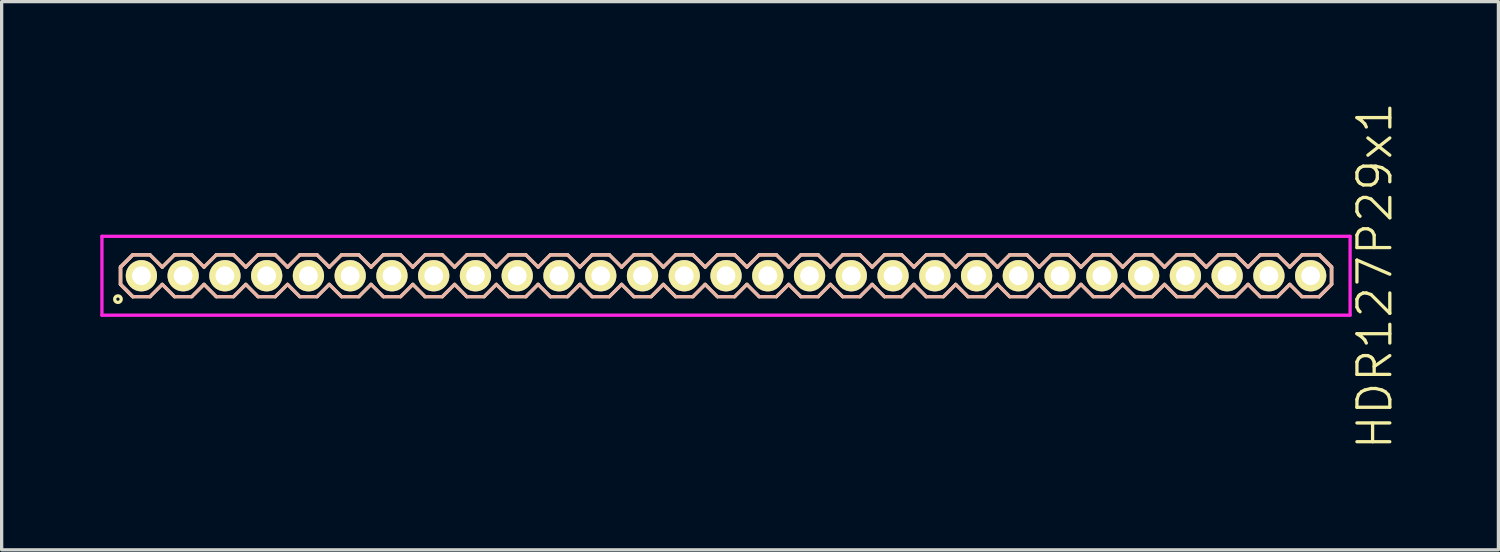
<source format=kicad_pcb>
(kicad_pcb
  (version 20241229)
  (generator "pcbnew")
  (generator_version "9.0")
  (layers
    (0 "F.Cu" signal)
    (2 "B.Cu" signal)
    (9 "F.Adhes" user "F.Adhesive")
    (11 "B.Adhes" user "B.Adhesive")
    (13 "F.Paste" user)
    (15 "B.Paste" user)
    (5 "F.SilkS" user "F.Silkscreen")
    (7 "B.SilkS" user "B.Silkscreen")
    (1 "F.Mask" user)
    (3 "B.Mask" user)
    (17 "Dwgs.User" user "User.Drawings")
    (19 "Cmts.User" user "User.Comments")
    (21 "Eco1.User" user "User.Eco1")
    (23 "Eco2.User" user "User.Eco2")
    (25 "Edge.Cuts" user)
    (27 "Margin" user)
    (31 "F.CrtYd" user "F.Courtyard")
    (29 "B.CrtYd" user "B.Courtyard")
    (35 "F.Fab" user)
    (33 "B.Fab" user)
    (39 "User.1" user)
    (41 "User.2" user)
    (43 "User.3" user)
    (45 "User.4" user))
  (footprint "HDR127P29x1"
    (layer "F.Cu")
    (at 19.03 5.336)
    (property "Reference" "HDR127P29x1" (at 19.73 0 90) (layer "F.SilkS") (effects (font (size 1 1) (thickness 0.1))))
    (attr through_hole)
    (fp_line (start -18.415 -0.263) (end -18.043 -0.635) (stroke (width 0.1) (type solid)) (layer "F.SilkS"))
    (fp_line (start -18.415 -0.263) (end -18.043 -0.635) (stroke (width 0.1) (type solid)) (layer "F.SilkS"))
    (fp_line (start -18.415 0.263) (end -18.415 -0.263) (stroke (width 0.1) (type solid)) (layer "F.SilkS"))
    (fp_line (start -18.415 0.263) (end -18.415 -0.263) (stroke (width 0.1) (type solid)) (layer "F.SilkS"))
    (fp_line (start -18.043 -0.635) (end -17.517 -0.635) (stroke (width 0.1) (type solid)) (layer "F.SilkS"))
    (fp_line (start -18.043 0.635) (end -18.415 0.263) (stroke (width 0.1) (type solid)) (layer "F.SilkS"))
    (fp_line (start -18.043 0.635) (end -18.415 0.263) (stroke (width 0.1) (type solid)) (layer "F.SilkS"))
    (fp_line (start -17.517 -0.635) (end -17.145 -0.263) (stroke (width 0.1) (type solid)) (layer "F.SilkS"))
    (fp_line (start -17.517 0.635) (end -18.043 0.635) (stroke (width 0.1) (type solid)) (layer "F.SilkS"))
    (fp_line (start -17.145 -0.263) (end -16.773 -0.635) (stroke (width 0.1) (type solid)) (layer "F.SilkS"))
    (fp_line (start -17.145 0.263) (end -17.517 0.635) (stroke (width 0.1) (type solid)) (layer "F.SilkS"))
    (fp_line (start -16.773 -0.635) (end -16.247 -0.635) (stroke (width 0.1) (type solid)) (layer "F.SilkS"))
    (fp_line (start -16.773 0.635) (end -17.145 0.263) (stroke (width 0.1) (type solid)) (layer "F.SilkS"))
    (fp_line (start -16.247 -0.635) (end -15.875 -0.263) (stroke (width 0.1) (type solid)) (layer "F.SilkS"))
    (fp_line (start -16.247 0.635) (end -16.773 0.635) (stroke (width 0.1) (type solid)) (layer "F.SilkS"))
    (fp_line (start -15.875 -0.263) (end -15.503 -0.635) (stroke (width 0.1) (type solid)) (layer "F.SilkS"))
    (fp_line (start -15.875 0.263) (end -16.247 0.635) (stroke (width 0.1) (type solid)) (layer "F.SilkS"))
    (fp_line (start -15.503 -0.635) (end -14.977 -0.635) (stroke (width 0.1) (type solid)) (layer "F.SilkS"))
    (fp_line (start -15.503 0.635) (end -15.875 0.263) (stroke (width 0.1) (type solid)) (layer "F.SilkS"))
    (fp_line (start -14.977 -0.635) (end -14.605 -0.263) (stroke (width 0.1) (type solid)) (layer "F.SilkS"))
    (fp_line (start -14.977 0.635) (end -15.503 0.635) (stroke (width 0.1) (type solid)) (layer "F.SilkS"))
    (fp_line (start -14.605 -0.263) (end -14.233 -0.635) (stroke (width 0.1) (type solid)) (layer "F.SilkS"))
    (fp_line (start -14.605 0.263) (end -14.977 0.635) (stroke (width 0.1) (type solid)) (layer "F.SilkS"))
    (fp_line (start -14.233 -0.635) (end -13.707 -0.635) (stroke (width 0.1) (type solid)) (layer "F.SilkS"))
    (fp_line (start -14.233 0.635) (end -14.605 0.263) (stroke (width 0.1) (type solid)) (layer "F.SilkS"))
    (fp_line (start -13.707 -0.635) (end -13.335 -0.263) (stroke (width 0.1) (type solid)) (layer "F.SilkS"))
    (fp_line (start -13.707 0.635) (end -14.233 0.635) (stroke (width 0.1) (type solid)) (layer "F.SilkS"))
    (fp_line (start -13.335 -0.263) (end -12.963 -0.635) (stroke (width 0.1) (type solid)) (layer "F.SilkS"))
    (fp_line (start -13.335 0.263) (end -13.707 0.635) (stroke (width 0.1) (type solid)) (layer "F.SilkS"))
    (fp_line (start -12.963 -0.635) (end -12.437 -0.635) (stroke (width 0.1) (type solid)) (layer "F.SilkS"))
    (fp_line (start -12.963 0.635) (end -13.335 0.263) (stroke (width 0.1) (type solid)) (layer "F.SilkS"))
    (fp_line (start -12.437 -0.635) (end -12.065 -0.263) (stroke (width 0.1) (type solid)) (layer "F.SilkS"))
    (fp_line (start -12.437 0.635) (end -12.963 0.635) (stroke (width 0.1) (type solid)) (layer "F.SilkS"))
    (fp_line (start -12.065 -0.263) (end -11.693 -0.635) (stroke (width 0.1) (type solid)) (layer "F.SilkS"))
    (fp_line (start -12.065 0.263) (end -12.437 0.635) (stroke (width 0.1) (type solid)) (layer "F.SilkS"))
    (fp_line (start -11.693 -0.635) (end -11.167 -0.635) (stroke (width 0.1) (type solid)) (layer "F.SilkS"))
    (fp_line (start -11.693 0.635) (end -12.065 0.263) (stroke (width 0.1) (type solid)) (layer "F.SilkS"))
    (fp_line (start -11.167 -0.635) (end -10.795 -0.263) (stroke (width 0.1) (type solid)) (layer "F.SilkS"))
    (fp_line (start -11.167 0.635) (end -11.693 0.635) (stroke (width 0.1) (type solid)) (layer "F.SilkS"))
    (fp_line (start -10.795 -0.263) (end -10.423 -0.635) (stroke (width 0.1) (type solid)) (layer "F.SilkS"))
    (fp_line (start -10.795 0.263) (end -11.167 0.635) (stroke (width 0.1) (type solid)) (layer "F.SilkS"))
    (fp_line (start -10.423 -0.635) (end -9.897 -0.635) (stroke (width 0.1) (type solid)) (layer "F.SilkS"))
    (fp_line (start -10.423 0.635) (end -10.795 0.263) (stroke (width 0.1) (type solid)) (layer "F.SilkS"))
    (fp_line (start -9.897 -0.635) (end -9.525 -0.263) (stroke (width 0.1) (type solid)) (layer "F.SilkS"))
    (fp_line (start -9.897 0.635) (end -10.423 0.635) (stroke (width 0.1) (type solid)) (layer "F.SilkS"))
    (fp_line (start -9.525 -0.263) (end -9.153 -0.635) (stroke (width 0.1) (type solid)) (layer "F.SilkS"))
    (fp_line (start -9.525 0.263) (end -9.897 0.635) (stroke (width 0.1) (type solid)) (layer "F.SilkS"))
    (fp_line (start -9.153 -0.635) (end -8.627 -0.635) (stroke (width 0.1) (type solid)) (layer "F.SilkS"))
    (fp_line (start -9.153 0.635) (end -9.525 0.263) (stroke (width 0.1) (type solid)) (layer "F.SilkS"))
    (fp_line (start -8.627 -0.635) (end -8.255 -0.263) (stroke (width 0.1) (type solid)) (layer "F.SilkS"))
    (fp_line (start -8.627 0.635) (end -9.153 0.635) (stroke (width 0.1) (type solid)) (layer "F.SilkS"))
    (fp_line (start -8.255 -0.263) (end -7.883 -0.635) (stroke (width 0.1) (type solid)) (layer "F.SilkS"))
    (fp_line (start -8.255 0.263) (end -8.627 0.635) (stroke (width 0.1) (type solid)) (layer "F.SilkS"))
    (fp_line (start -7.883 -0.635) (end -7.357 -0.635) (stroke (width 0.1) (type solid)) (layer "F.SilkS"))
    (fp_line (start -7.883 0.635) (end -8.255 0.263) (stroke (width 0.1) (type solid)) (layer "F.SilkS"))
    (fp_line (start -7.357 -0.635) (end -6.985 -0.263) (stroke (width 0.1) (type solid)) (layer "F.SilkS"))
    (fp_line (start -7.357 0.635) (end -7.883 0.635) (stroke (width 0.1) (type solid)) (layer "F.SilkS"))
    (fp_line (start -6.985 -0.263) (end -6.613 -0.635) (stroke (width 0.1) (type solid)) (layer "F.SilkS"))
    (fp_line (start -6.985 0.263) (end -7.357 0.635) (stroke (width 0.1) (type solid)) (layer "F.SilkS"))
    (fp_line (start -6.613 -0.635) (end -6.087 -0.635) (stroke (width 0.1) (type solid)) (layer "F.SilkS"))
    (fp_line (start -6.613 0.635) (end -6.985 0.263) (stroke (width 0.1) (type solid)) (layer "F.SilkS"))
    (fp_line (start -6.087 -0.635) (end -5.715 -0.263) (stroke (width 0.1) (type solid)) (layer "F.SilkS"))
    (fp_line (start -6.087 0.635) (end -6.613 0.635) (stroke (width 0.1) (type solid)) (layer "F.SilkS"))
    (fp_line (start -5.715 -0.263) (end -5.343 -0.635) (stroke (width 0.1) (type solid)) (layer "F.SilkS"))
    (fp_line (start -5.715 0.263) (end -6.087 0.635) (stroke (width 0.1) (type solid)) (layer "F.SilkS"))
    (fp_line (start -5.343 -0.635) (end -4.817 -0.635) (stroke (width 0.1) (type solid)) (layer "F.SilkS"))
    (fp_line (start -5.343 0.635) (end -5.715 0.263) (stroke (width 0.1) (type solid)) (layer "F.SilkS"))
    (fp_line (start -4.817 -0.635) (end -4.445 -0.263) (stroke (width 0.1) (type solid)) (layer "F.SilkS"))
    (fp_line (start -4.817 0.635) (end -5.343 0.635) (stroke (width 0.1) (type solid)) (layer "F.SilkS"))
    (fp_line (start -4.445 -0.263) (end -4.073 -0.635) (stroke (width 0.1) (type solid)) (layer "F.SilkS"))
    (fp_line (start -4.445 0.263) (end -4.817 0.635) (stroke (width 0.1) (type solid)) (layer "F.SilkS"))
    (fp_line (start -4.073 -0.635) (end -3.547 -0.635) (stroke (width 0.1) (type solid)) (layer "F.SilkS"))
    (fp_line (start -4.073 0.635) (end -4.445 0.263) (stroke (width 0.1) (type solid)) (layer "F.SilkS"))
    (fp_line (start -3.547 -0.635) (end -3.175 -0.263) (stroke (width 0.1) (type solid)) (layer "F.SilkS"))
    (fp_line (start -3.547 0.635) (end -4.073 0.635) (stroke (width 0.1) (type solid)) (layer "F.SilkS"))
    (fp_line (start -3.175 -0.263) (end -2.803 -0.635) (stroke (width 0.1) (type solid)) (layer "F.SilkS"))
    (fp_line (start -3.175 0.263) (end -3.547 0.635) (stroke (width 0.1) (type solid)) (layer "F.SilkS"))
    (fp_line (start -2.803 -0.635) (end -2.277 -0.635) (stroke (width 0.1) (type solid)) (layer "F.SilkS"))
    (fp_line (start -2.803 0.635) (end -3.175 0.263) (stroke (width 0.1) (type solid)) (layer "F.SilkS"))
    (fp_line (start -2.277 -0.635) (end -1.905 -0.263) (stroke (width 0.1) (type solid)) (layer "F.SilkS"))
    (fp_line (start -2.277 0.635) (end -2.803 0.635) (stroke (width 0.1) (type solid)) (layer "F.SilkS"))
    (fp_line (start -1.905 -0.263) (end -1.533 -0.635) (stroke (width 0.1) (type solid)) (layer "F.SilkS"))
    (fp_line (start -1.905 0.263) (end -2.277 0.635) (stroke (width 0.1) (type solid)) (layer "F.SilkS"))
    (fp_line (start -1.533 -0.635) (end -1.007 -0.635) (stroke (width 0.1) (type solid)) (layer "F.SilkS"))
    (fp_line (start -1.533 0.635) (end -1.905 0.263) (stroke (width 0.1) (type solid)) (layer "F.SilkS"))
    (fp_line (start -1.007 -0.635) (end -0.635 -0.263) (stroke (width 0.1) (type solid)) (layer "F.SilkS"))
    (fp_line (start -1.007 0.635) (end -1.533 0.635) (stroke (width 0.1) (type solid)) (layer "F.SilkS"))
    (fp_line (start -0.635 -0.263) (end -0.263 -0.635) (stroke (width 0.1) (type solid)) (layer "F.SilkS"))
    (fp_line (start -0.635 0.263) (end -1.007 0.635) (stroke (width 0.1) (type solid)) (layer "F.SilkS"))
    (fp_line (start -0.263 -0.635) (end 0.263 -0.635) (stroke (width 0.1) (type solid)) (layer "F.SilkS"))
    (fp_line (start -0.263 0.635) (end -0.635 0.263) (stroke (width 0.1) (type solid)) (layer "F.SilkS"))
    (fp_line (start 0.263 -0.635) (end 0.635 -0.263) (stroke (width 0.1) (type solid)) (layer "F.SilkS"))
    (fp_line (start 0.263 0.635) (end -0.263 0.635) (stroke (width 0.1) (type solid)) (layer "F.SilkS"))
    (fp_line (start 0.635 -0.263) (end 1.007 -0.635) (stroke (width 0.1) (type solid)) (layer "F.SilkS"))
    (fp_line (start 0.635 0.263) (end 0.263 0.635) (stroke (width 0.1) (type solid)) (layer "F.SilkS"))
    (fp_line (start 1.007 -0.635) (end 1.533 -0.635) (stroke (width 0.1) (type solid)) (layer "F.SilkS"))
    (fp_line (start 1.007 0.635) (end 0.635 0.263) (stroke (width 0.1) (type solid)) (layer "F.SilkS"))
    (fp_line (start 1.533 -0.635) (end 1.905 -0.263) (stroke (width 0.1) (type solid)) (layer "F.SilkS"))
    (fp_line (start 1.533 0.635) (end 1.007 0.635) (stroke (width 0.1) (type solid)) (layer "F.SilkS"))
    (fp_line (start 1.905 -0.263) (end 2.277 -0.635) (stroke (width 0.1) (type solid)) (layer "F.SilkS"))
    (fp_line (start 1.905 0.263) (end 1.533 0.635) (stroke (width 0.1) (type solid)) (layer "F.SilkS"))
    (fp_line (start 2.277 -0.635) (end 2.803 -0.635) (stroke (width 0.1) (type solid)) (layer "F.SilkS"))
    (fp_line (start 2.277 0.635) (end 1.905 0.263) (stroke (width 0.1) (type solid)) (layer "F.SilkS"))
    (fp_line (start 2.803 -0.635) (end 3.175 -0.263) (stroke (width 0.1) (type solid)) (layer "F.SilkS"))
    (fp_line (start 2.803 0.635) (end 2.277 0.635) (stroke (width 0.1) (type solid)) (layer "F.SilkS"))
    (fp_line (start 3.175 -0.263) (end 3.547 -0.635) (stroke (width 0.1) (type solid)) (layer "F.SilkS"))
    (fp_line (start 3.175 0.263) (end 2.803 0.635) (stroke (width 0.1) (type solid)) (layer "F.SilkS"))
    (fp_line (start 3.547 -0.635) (end 4.073 -0.635) (stroke (width 0.1) (type solid)) (layer "F.SilkS"))
    (fp_line (start 3.547 0.635) (end 3.175 0.263) (stroke (width 0.1) (type solid)) (layer "F.SilkS"))
    (fp_line (start 4.073 -0.635) (end 4.445 -0.263) (stroke (width 0.1) (type solid)) (layer "F.SilkS"))
    (fp_line (start 4.073 0.635) (end 3.547 0.635) (stroke (width 0.1) (type solid)) (layer "F.SilkS"))
    (fp_line (start 4.445 -0.263) (end 4.817 -0.635) (stroke (width 0.1) (type solid)) (layer "F.SilkS"))
    (fp_line (start 4.445 0.263) (end 4.073 0.635) (stroke (width 0.1) (type solid)) (layer "F.SilkS"))
    (fp_line (start 4.817 -0.635) (end 5.343 -0.635) (stroke (width 0.1) (type solid)) (layer "F.SilkS"))
    (fp_line (start 4.817 0.635) (end 4.445 0.263) (stroke (width 0.1) (type solid)) (layer "F.SilkS"))
    (fp_line (start 5.343 -0.635) (end 5.715 -0.263) (stroke (width 0.1) (type solid)) (layer "F.SilkS"))
    (fp_line (start 5.343 0.635) (end 4.817 0.635) (stroke (width 0.1) (type solid)) (layer "F.SilkS"))
    (fp_line (start 5.715 -0.263) (end 6.087 -0.635) (stroke (width 0.1) (type solid)) (layer "F.SilkS"))
    (fp_line (start 5.715 0.263) (end 5.343 0.635) (stroke (width 0.1) (type solid)) (layer "F.SilkS"))
    (fp_line (start 6.087 -0.635) (end 6.613 -0.635) (stroke (width 0.1) (type solid)) (layer "F.SilkS"))
    (fp_line (start 6.087 0.635) (end 5.715 0.263) (stroke (width 0.1) (type solid)) (layer "F.SilkS"))
    (fp_line (start 6.613 -0.635) (end 6.985 -0.263) (stroke (width 0.1) (type solid)) (layer "F.SilkS"))
    (fp_line (start 6.613 0.635) (end 6.087 0.635) (stroke (width 0.1) (type solid)) (layer "F.SilkS"))
    (fp_line (start 6.985 -0.263) (end 7.357 -0.635) (stroke (width 0.1) (type solid)) (layer "F.SilkS"))
    (fp_line (start 6.985 0.263) (end 6.613 0.635) (stroke (width 0.1) (type solid)) (layer "F.SilkS"))
    (fp_line (start 7.357 -0.635) (end 7.883 -0.635) (stroke (width 0.1) (type solid)) (layer "F.SilkS"))
    (fp_line (start 7.357 0.635) (end 6.985 0.263) (stroke (width 0.1) (type solid)) (layer "F.SilkS"))
    (fp_line (start 7.883 -0.635) (end 8.255 -0.263) (stroke (width 0.1) (type solid)) (layer "F.SilkS"))
    (fp_line (start 7.883 0.635) (end 7.357 0.635) (stroke (width 0.1) (type solid)) (layer "F.SilkS"))
    (fp_line (start 8.255 -0.263) (end 8.627 -0.635) (stroke (width 0.1) (type solid)) (layer "F.SilkS"))
    (fp_line (start 8.255 0.263) (end 7.883 0.635) (stroke (width 0.1) (type solid)) (layer "F.SilkS"))
    (fp_line (start 8.627 -0.635) (end 9.153 -0.635) (stroke (width 0.1) (type solid)) (layer "F.SilkS"))
    (fp_line (start 8.627 0.635) (end 8.255 0.263) (stroke (width 0.1) (type solid)) (layer "F.SilkS"))
    (fp_line (start 9.153 -0.635) (end 9.525 -0.263) (stroke (width 0.1) (type solid)) (layer "F.SilkS"))
    (fp_line (start 9.153 0.635) (end 8.627 0.635) (stroke (width 0.1) (type solid)) (layer "F.SilkS"))
    (fp_line (start 9.525 -0.263) (end 9.897 -0.635) (stroke (width 0.1) (type solid)) (layer "F.SilkS"))
    (fp_line (start 9.525 0.263) (end 9.153 0.635) (stroke (width 0.1) (type solid)) (layer "F.SilkS"))
    (fp_line (start 9.897 -0.635) (end 10.423 -0.635) (stroke (width 0.1) (type solid)) (layer "F.SilkS"))
    (fp_line (start 9.897 0.635) (end 9.525 0.263) (stroke (width 0.1) (type solid)) (layer "F.SilkS"))
    (fp_line (start 10.423 -0.635) (end 10.795 -0.263) (stroke (width 0.1) (type solid)) (layer "F.SilkS"))
    (fp_line (start 10.423 0.635) (end 9.897 0.635) (stroke (width 0.1) (type solid)) (layer "F.SilkS"))
    (fp_line (start 10.795 -0.263) (end 11.167 -0.635) (stroke (width 0.1) (type solid)) (layer "F.SilkS"))
    (fp_line (start 10.795 0.263) (end 10.423 0.635) (stroke (width 0.1) (type solid)) (layer "F.SilkS"))
    (fp_line (start 11.167 -0.635) (end 11.693 -0.635) (stroke (width 0.1) (type solid)) (layer "F.SilkS"))
    (fp_line (start 11.167 0.635) (end 10.795 0.263) (stroke (width 0.1) (type solid)) (layer "F.SilkS"))
    (fp_line (start 11.693 -0.635) (end 12.065 -0.263) (stroke (width 0.1) (type solid)) (layer "F.SilkS"))
    (fp_line (start 11.693 0.635) (end 11.167 0.635) (stroke (width 0.1) (type solid)) (layer "F.SilkS"))
    (fp_line (start 12.065 -0.263) (end 12.437 -0.635) (stroke (width 0.1) (type solid)) (layer "F.SilkS"))
    (fp_line (start 12.065 0.263) (end 11.693 0.635) (stroke (width 0.1) (type solid)) (layer "F.SilkS"))
    (fp_line (start 12.437 -0.635) (end 12.963 -0.635) (stroke (width 0.1) (type solid)) (layer "F.SilkS"))
    (fp_line (start 12.437 0.635) (end 12.065 0.263) (stroke (width 0.1) (type solid)) (layer "F.SilkS"))
    (fp_line (start 12.963 -0.635) (end 13.335 -0.263) (stroke (width 0.1) (type solid)) (layer "F.SilkS"))
    (fp_line (start 12.963 0.635) (end 12.437 0.635) (stroke (width 0.1) (type solid)) (layer "F.SilkS"))
    (fp_line (start 13.335 -0.263) (end 13.707 -0.635) (stroke (width 0.1) (type solid)) (layer "F.SilkS"))
    (fp_line (start 13.335 0.263) (end 12.963 0.635) (stroke (width 0.1) (type solid)) (layer "F.SilkS"))
    (fp_line (start 13.707 -0.635) (end 14.233 -0.635) (stroke (width 0.1) (type solid)) (layer "F.SilkS"))
    (fp_line (start 13.707 0.635) (end 13.335 0.263) (stroke (width 0.1) (type solid)) (layer "F.SilkS"))
    (fp_line (start 14.233 -0.635) (end 14.605 -0.263) (stroke (width 0.1) (type solid)) (layer "F.SilkS"))
    (fp_line (start 14.233 0.635) (end 13.707 0.635) (stroke (width 0.1) (type solid)) (layer "F.SilkS"))
    (fp_line (start 14.605 -0.263) (end 14.977 -0.635) (stroke (width 0.1) (type solid)) (layer "F.SilkS"))
    (fp_line (start 14.605 0.263) (end 14.233 0.635) (stroke (width 0.1) (type solid)) (layer "F.SilkS"))
    (fp_line (start 14.977 -0.635) (end 15.503 -0.635) (stroke (width 0.1) (type solid)) (layer "F.SilkS"))
    (fp_line (start 14.977 0.635) (end 14.605 0.263) (stroke (width 0.1) (type solid)) (layer "F.SilkS"))
    (fp_line (start 15.503 -0.635) (end 15.875 -0.263) (stroke (width 0.1) (type solid)) (layer "F.SilkS"))
    (fp_line (start 15.503 0.635) (end 14.977 0.635) (stroke (width 0.1) (type solid)) (layer "F.SilkS"))
    (fp_line (start 15.875 -0.263) (end 16.247 -0.635) (stroke (width 0.1) (type solid)) (layer "F.SilkS"))
    (fp_line (start 15.875 0.263) (end 15.503 0.635) (stroke (width 0.1) (type solid)) (layer "F.SilkS"))
    (fp_line (start 16.247 -0.635) (end 16.773 -0.635) (stroke (width 0.1) (type solid)) (layer "F.SilkS"))
    (fp_line (start 16.247 0.635) (end 15.875 0.263) (stroke (width 0.1) (type solid)) (layer "F.SilkS"))
    (fp_line (start 16.773 -0.635) (end 17.145 -0.263) (stroke (width 0.1) (type solid)) (layer "F.SilkS"))
    (fp_line (start 16.773 0.635) (end 16.247 0.635) (stroke (width 0.1) (type solid)) (layer "F.SilkS"))
    (fp_line (start 17.145 -0.263) (end 17.517 -0.635) (stroke (width 0.1) (type solid)) (layer "F.SilkS"))
    (fp_line (start 17.145 0.263) (end 16.773 0.635) (stroke (width 0.1) (type solid)) (layer "F.SilkS"))
    (fp_line (start 17.517 -0.635) (end 18.043 -0.635) (stroke (width 0.1) (type solid)) (layer "F.SilkS"))
    (fp_line (start 17.517 0.635) (end 17.145 0.263) (stroke (width 0.1) (type solid)) (layer "F.SilkS"))
    (fp_line (start 18.043 -0.635) (end 18.415 -0.263) (stroke (width 0.1) (type solid)) (layer "F.SilkS"))
    (fp_line (start 18.043 -0.635) (end 18.415 -0.263) (stroke (width 0.1) (type solid)) (layer "F.SilkS"))
    (fp_line (start 18.043 0.635) (end 17.517 0.635) (stroke (width 0.1) (type solid)) (layer "F.SilkS"))
    (fp_line (start 18.415 -0.263) (end 18.415 0.263) (stroke (width 0.1) (type solid)) (layer "F.SilkS"))
    (fp_line (start 18.415 -0.263) (end 18.415 0.263) (stroke (width 0.1) (type solid)) (layer "F.SilkS"))
    (fp_line (start 18.415 0.263) (end 18.043 0.635) (stroke (width 0.1) (type solid)) (layer "F.SilkS"))
    (fp_line (start 18.415 0.263) (end 18.043 0.635) (stroke (width 0.1) (type solid)) (layer "F.SilkS"))
    (fp_circle (center -18.493 0.712) (end -18.393 0.712) (stroke (width 0.1) (type solid)) (fill no) (layer "F.SilkS"))
    (fp_line (start -18.415 -0.263) (end -18.043 -0.635) (stroke (width 0.1) (type solid)) (layer "B.SilkS"))
    (fp_line (start -18.415 -0.263) (end -18.043 -0.635) (stroke (width 0.1) (type solid)) (layer "B.SilkS"))
    (fp_line (start -18.415 0.263) (end -18.415 -0.263) (stroke (width 0.1) (type solid)) (layer "B.SilkS"))
    (fp_line (start -18.415 0.263) (end -18.415 -0.263) (stroke (width 0.1) (type solid)) (layer "B.SilkS"))
    (fp_line (start -18.043 -0.635) (end -17.517 -0.635) (stroke (width 0.1) (type solid)) (layer "B.SilkS"))
    (fp_line (start -18.043 0.635) (end -18.415 0.263) (stroke (width 0.1) (type solid)) (layer "B.SilkS"))
    (fp_line (start -18.043 0.635) (end -18.415 0.263) (stroke (width 0.1) (type solid)) (layer "B.SilkS"))
    (fp_line (start -17.517 -0.635) (end -17.145 -0.263) (stroke (width 0.1) (type solid)) (layer "B.SilkS"))
    (fp_line (start -17.517 0.635) (end -18.043 0.635) (stroke (width 0.1) (type solid)) (layer "B.SilkS"))
    (fp_line (start -17.145 -0.263) (end -16.773 -0.635) (stroke (width 0.1) (type solid)) (layer "B.SilkS"))
    (fp_line (start -17.145 0.263) (end -17.517 0.635) (stroke (width 0.1) (type solid)) (layer "B.SilkS"))
    (fp_line (start -16.773 -0.635) (end -16.247 -0.635) (stroke (width 0.1) (type solid)) (layer "B.SilkS"))
    (fp_line (start -16.773 0.635) (end -17.145 0.263) (stroke (width 0.1) (type solid)) (layer "B.SilkS"))
    (fp_line (start -16.247 -0.635) (end -15.875 -0.263) (stroke (width 0.1) (type solid)) (layer "B.SilkS"))
    (fp_line (start -16.247 0.635) (end -16.773 0.635) (stroke (width 0.1) (type solid)) (layer "B.SilkS"))
    (fp_line (start -15.875 -0.263) (end -15.503 -0.635) (stroke (width 0.1) (type solid)) (layer "B.SilkS"))
    (fp_line (start -15.875 0.263) (end -16.247 0.635) (stroke (width 0.1) (type solid)) (layer "B.SilkS"))
    (fp_line (start -15.503 -0.635) (end -14.977 -0.635) (stroke (width 0.1) (type solid)) (layer "B.SilkS"))
    (fp_line (start -15.503 0.635) (end -15.875 0.263) (stroke (width 0.1) (type solid)) (layer "B.SilkS"))
    (fp_line (start -14.977 -0.635) (end -14.605 -0.263) (stroke (width 0.1) (type solid)) (layer "B.SilkS"))
    (fp_line (start -14.977 0.635) (end -15.503 0.635) (stroke (width 0.1) (type solid)) (layer "B.SilkS"))
    (fp_line (start -14.605 -0.263) (end -14.233 -0.635) (stroke (width 0.1) (type solid)) (layer "B.SilkS"))
    (fp_line (start -14.605 0.263) (end -14.977 0.635) (stroke (width 0.1) (type solid)) (layer "B.SilkS"))
    (fp_line (start -14.233 -0.635) (end -13.707 -0.635) (stroke (width 0.1) (type solid)) (layer "B.SilkS"))
    (fp_line (start -14.233 0.635) (end -14.605 0.263) (stroke (width 0.1) (type solid)) (layer "B.SilkS"))
    (fp_line (start -13.707 -0.635) (end -13.335 -0.263) (stroke (width 0.1) (type solid)) (layer "B.SilkS"))
    (fp_line (start -13.707 0.635) (end -14.233 0.635) (stroke (width 0.1) (type solid)) (layer "B.SilkS"))
    (fp_line (start -13.335 -0.263) (end -12.963 -0.635) (stroke (width 0.1) (type solid)) (layer "B.SilkS"))
    (fp_line (start -13.335 0.263) (end -13.707 0.635) (stroke (width 0.1) (type solid)) (layer "B.SilkS"))
    (fp_line (start -12.963 -0.635) (end -12.437 -0.635) (stroke (width 0.1) (type solid)) (layer "B.SilkS"))
    (fp_line (start -12.963 0.635) (end -13.335 0.263) (stroke (width 0.1) (type solid)) (layer "B.SilkS"))
    (fp_line (start -12.437 -0.635) (end -12.065 -0.263) (stroke (width 0.1) (type solid)) (layer "B.SilkS"))
    (fp_line (start -12.437 0.635) (end -12.963 0.635) (stroke (width 0.1) (type solid)) (layer "B.SilkS"))
    (fp_line (start -12.065 -0.263) (end -11.693 -0.635) (stroke (width 0.1) (type solid)) (layer "B.SilkS"))
    (fp_line (start -12.065 0.263) (end -12.437 0.635) (stroke (width 0.1) (type solid)) (layer "B.SilkS"))
    (fp_line (start -11.693 -0.635) (end -11.167 -0.635) (stroke (width 0.1) (type solid)) (layer "B.SilkS"))
    (fp_line (start -11.693 0.635) (end -12.065 0.263) (stroke (width 0.1) (type solid)) (layer "B.SilkS"))
    (fp_line (start -11.167 -0.635) (end -10.795 -0.263) (stroke (width 0.1) (type solid)) (layer "B.SilkS"))
    (fp_line (start -11.167 0.635) (end -11.693 0.635) (stroke (width 0.1) (type solid)) (layer "B.SilkS"))
    (fp_line (start -10.795 -0.263) (end -10.423 -0.635) (stroke (width 0.1) (type solid)) (layer "B.SilkS"))
    (fp_line (start -10.795 0.263) (end -11.167 0.635) (stroke (width 0.1) (type solid)) (layer "B.SilkS"))
    (fp_line (start -10.423 -0.635) (end -9.897 -0.635) (stroke (width 0.1) (type solid)) (layer "B.SilkS"))
    (fp_line (start -10.423 0.635) (end -10.795 0.263) (stroke (width 0.1) (type solid)) (layer "B.SilkS"))
    (fp_line (start -9.897 -0.635) (end -9.525 -0.263) (stroke (width 0.1) (type solid)) (layer "B.SilkS"))
    (fp_line (start -9.897 0.635) (end -10.423 0.635) (stroke (width 0.1) (type solid)) (layer "B.SilkS"))
    (fp_line (start -9.525 -0.263) (end -9.153 -0.635) (stroke (width 0.1) (type solid)) (layer "B.SilkS"))
    (fp_line (start -9.525 0.263) (end -9.897 0.635) (stroke (width 0.1) (type solid)) (layer "B.SilkS"))
    (fp_line (start -9.153 -0.635) (end -8.627 -0.635) (stroke (width 0.1) (type solid)) (layer "B.SilkS"))
    (fp_line (start -9.153 0.635) (end -9.525 0.263) (stroke (width 0.1) (type solid)) (layer "B.SilkS"))
    (fp_line (start -8.627 -0.635) (end -8.255 -0.263) (stroke (width 0.1) (type solid)) (layer "B.SilkS"))
    (fp_line (start -8.627 0.635) (end -9.153 0.635) (stroke (width 0.1) (type solid)) (layer "B.SilkS"))
    (fp_line (start -8.255 -0.263) (end -7.883 -0.635) (stroke (width 0.1) (type solid)) (layer "B.SilkS"))
    (fp_line (start -8.255 0.263) (end -8.627 0.635) (stroke (width 0.1) (type solid)) (layer "B.SilkS"))
    (fp_line (start -7.883 -0.635) (end -7.357 -0.635) (stroke (width 0.1) (type solid)) (layer "B.SilkS"))
    (fp_line (start -7.883 0.635) (end -8.255 0.263) (stroke (width 0.1) (type solid)) (layer "B.SilkS"))
    (fp_line (start -7.357 -0.635) (end -6.985 -0.263) (stroke (width 0.1) (type solid)) (layer "B.SilkS"))
    (fp_line (start -7.357 0.635) (end -7.883 0.635) (stroke (width 0.1) (type solid)) (layer "B.SilkS"))
    (fp_line (start -6.985 -0.263) (end -6.613 -0.635) (stroke (width 0.1) (type solid)) (layer "B.SilkS"))
    (fp_line (start -6.985 0.263) (end -7.357 0.635) (stroke (width 0.1) (type solid)) (layer "B.SilkS"))
    (fp_line (start -6.613 -0.635) (end -6.087 -0.635) (stroke (width 0.1) (type solid)) (layer "B.SilkS"))
    (fp_line (start -6.613 0.635) (end -6.985 0.263) (stroke (width 0.1) (type solid)) (layer "B.SilkS"))
    (fp_line (start -6.087 -0.635) (end -5.715 -0.263) (stroke (width 0.1) (type solid)) (layer "B.SilkS"))
    (fp_line (start -6.087 0.635) (end -6.613 0.635) (stroke (width 0.1) (type solid)) (layer "B.SilkS"))
    (fp_line (start -5.715 -0.263) (end -5.343 -0.635) (stroke (width 0.1) (type solid)) (layer "B.SilkS"))
    (fp_line (start -5.715 0.263) (end -6.087 0.635) (stroke (width 0.1) (type solid)) (layer "B.SilkS"))
    (fp_line (start -5.343 -0.635) (end -4.817 -0.635) (stroke (width 0.1) (type solid)) (layer "B.SilkS"))
    (fp_line (start -5.343 0.635) (end -5.715 0.263) (stroke (width 0.1) (type solid)) (layer "B.SilkS"))
    (fp_line (start -4.817 -0.635) (end -4.445 -0.263) (stroke (width 0.1) (type solid)) (layer "B.SilkS"))
    (fp_line (start -4.817 0.635) (end -5.343 0.635) (stroke (width 0.1) (type solid)) (layer "B.SilkS"))
    (fp_line (start -4.445 -0.263) (end -4.073 -0.635) (stroke (width 0.1) (type solid)) (layer "B.SilkS"))
    (fp_line (start -4.445 0.263) (end -4.817 0.635) (stroke (width 0.1) (type solid)) (layer "B.SilkS"))
    (fp_line (start -4.073 -0.635) (end -3.547 -0.635) (stroke (width 0.1) (type solid)) (layer "B.SilkS"))
    (fp_line (start -4.073 0.635) (end -4.445 0.263) (stroke (width 0.1) (type solid)) (layer "B.SilkS"))
    (fp_line (start -3.547 -0.635) (end -3.175 -0.263) (stroke (width 0.1) (type solid)) (layer "B.SilkS"))
    (fp_line (start -3.547 0.635) (end -4.073 0.635) (stroke (width 0.1) (type solid)) (layer "B.SilkS"))
    (fp_line (start -3.175 -0.263) (end -2.803 -0.635) (stroke (width 0.1) (type solid)) (layer "B.SilkS"))
    (fp_line (start -3.175 0.263) (end -3.547 0.635) (stroke (width 0.1) (type solid)) (layer "B.SilkS"))
    (fp_line (start -2.803 -0.635) (end -2.277 -0.635) (stroke (width 0.1) (type solid)) (layer "B.SilkS"))
    (fp_line (start -2.803 0.635) (end -3.175 0.263) (stroke (width 0.1) (type solid)) (layer "B.SilkS"))
    (fp_line (start -2.277 -0.635) (end -1.905 -0.263) (stroke (width 0.1) (type solid)) (layer "B.SilkS"))
    (fp_line (start -2.277 0.635) (end -2.803 0.635) (stroke (width 0.1) (type solid)) (layer "B.SilkS"))
    (fp_line (start -1.905 -0.263) (end -1.533 -0.635) (stroke (width 0.1) (type solid)) (layer "B.SilkS"))
    (fp_line (start -1.905 0.263) (end -2.277 0.635) (stroke (width 0.1) (type solid)) (layer "B.SilkS"))
    (fp_line (start -1.533 -0.635) (end -1.007 -0.635) (stroke (width 0.1) (type solid)) (layer "B.SilkS"))
    (fp_line (start -1.533 0.635) (end -1.905 0.263) (stroke (width 0.1) (type solid)) (layer "B.SilkS"))
    (fp_line (start -1.007 -0.635) (end -0.635 -0.263) (stroke (width 0.1) (type solid)) (layer "B.SilkS"))
    (fp_line (start -1.007 0.635) (end -1.533 0.635) (stroke (width 0.1) (type solid)) (layer "B.SilkS"))
    (fp_line (start -0.635 -0.263) (end -0.263 -0.635) (stroke (width 0.1) (type solid)) (layer "B.SilkS"))
    (fp_line (start -0.635 0.263) (end -1.007 0.635) (stroke (width 0.1) (type solid)) (layer "B.SilkS"))
    (fp_line (start -0.263 -0.635) (end 0.263 -0.635) (stroke (width 0.1) (type solid)) (layer "B.SilkS"))
    (fp_line (start -0.263 0.635) (end -0.635 0.263) (stroke (width 0.1) (type solid)) (layer "B.SilkS"))
    (fp_line (start 0.263 -0.635) (end 0.635 -0.263) (stroke (width 0.1) (type solid)) (layer "B.SilkS"))
    (fp_line (start 0.263 0.635) (end -0.263 0.635) (stroke (width 0.1) (type solid)) (layer "B.SilkS"))
    (fp_line (start 0.635 -0.263) (end 1.007 -0.635) (stroke (width 0.1) (type solid)) (layer "B.SilkS"))
    (fp_line (start 0.635 0.263) (end 0.263 0.635) (stroke (width 0.1) (type solid)) (layer "B.SilkS"))
    (fp_line (start 1.007 -0.635) (end 1.533 -0.635) (stroke (width 0.1) (type solid)) (layer "B.SilkS"))
    (fp_line (start 1.007 0.635) (end 0.635 0.263) (stroke (width 0.1) (type solid)) (layer "B.SilkS"))
    (fp_line (start 1.533 -0.635) (end 1.905 -0.263) (stroke (width 0.1) (type solid)) (layer "B.SilkS"))
    (fp_line (start 1.533 0.635) (end 1.007 0.635) (stroke (width 0.1) (type solid)) (layer "B.SilkS"))
    (fp_line (start 1.905 -0.263) (end 2.277 -0.635) (stroke (width 0.1) (type solid)) (layer "B.SilkS"))
    (fp_line (start 1.905 0.263) (end 1.533 0.635) (stroke (width 0.1) (type solid)) (layer "B.SilkS"))
    (fp_line (start 2.277 -0.635) (end 2.803 -0.635) (stroke (width 0.1) (type solid)) (layer "B.SilkS"))
    (fp_line (start 2.277 0.635) (end 1.905 0.263) (stroke (width 0.1) (type solid)) (layer "B.SilkS"))
    (fp_line (start 2.803 -0.635) (end 3.175 -0.263) (stroke (width 0.1) (type solid)) (layer "B.SilkS"))
    (fp_line (start 2.803 0.635) (end 2.277 0.635) (stroke (width 0.1) (type solid)) (layer "B.SilkS"))
    (fp_line (start 3.175 -0.263) (end 3.547 -0.635) (stroke (width 0.1) (type solid)) (layer "B.SilkS"))
    (fp_line (start 3.175 0.263) (end 2.803 0.635) (stroke (width 0.1) (type solid)) (layer "B.SilkS"))
    (fp_line (start 3.547 -0.635) (end 4.073 -0.635) (stroke (width 0.1) (type solid)) (layer "B.SilkS"))
    (fp_line (start 3.547 0.635) (end 3.175 0.263) (stroke (width 0.1) (type solid)) (layer "B.SilkS"))
    (fp_line (start 4.073 -0.635) (end 4.445 -0.263) (stroke (width 0.1) (type solid)) (layer "B.SilkS"))
    (fp_line (start 4.073 0.635) (end 3.547 0.635) (stroke (width 0.1) (type solid)) (layer "B.SilkS"))
    (fp_line (start 4.445 -0.263) (end 4.817 -0.635) (stroke (width 0.1) (type solid)) (layer "B.SilkS"))
    (fp_line (start 4.445 0.263) (end 4.073 0.635) (stroke (width 0.1) (type solid)) (layer "B.SilkS"))
    (fp_line (start 4.817 -0.635) (end 5.343 -0.635) (stroke (width 0.1) (type solid)) (layer "B.SilkS"))
    (fp_line (start 4.817 0.635) (end 4.445 0.263) (stroke (width 0.1) (type solid)) (layer "B.SilkS"))
    (fp_line (start 5.343 -0.635) (end 5.715 -0.263) (stroke (width 0.1) (type solid)) (layer "B.SilkS"))
    (fp_line (start 5.343 0.635) (end 4.817 0.635) (stroke (width 0.1) (type solid)) (layer "B.SilkS"))
    (fp_line (start 5.715 -0.263) (end 6.087 -0.635) (stroke (width 0.1) (type solid)) (layer "B.SilkS"))
    (fp_line (start 5.715 0.263) (end 5.343 0.635) (stroke (width 0.1) (type solid)) (layer "B.SilkS"))
    (fp_line (start 6.087 -0.635) (end 6.613 -0.635) (stroke (width 0.1) (type solid)) (layer "B.SilkS"))
    (fp_line (start 6.087 0.635) (end 5.715 0.263) (stroke (width 0.1) (type solid)) (layer "B.SilkS"))
    (fp_line (start 6.613 -0.635) (end 6.985 -0.263) (stroke (width 0.1) (type solid)) (layer "B.SilkS"))
    (fp_line (start 6.613 0.635) (end 6.087 0.635) (stroke (width 0.1) (type solid)) (layer "B.SilkS"))
    (fp_line (start 6.985 -0.263) (end 7.357 -0.635) (stroke (width 0.1) (type solid)) (layer "B.SilkS"))
    (fp_line (start 6.985 0.263) (end 6.613 0.635) (stroke (width 0.1) (type solid)) (layer "B.SilkS"))
    (fp_line (start 7.357 -0.635) (end 7.883 -0.635) (stroke (width 0.1) (type solid)) (layer "B.SilkS"))
    (fp_line (start 7.357 0.635) (end 6.985 0.263) (stroke (width 0.1) (type solid)) (layer "B.SilkS"))
    (fp_line (start 7.883 -0.635) (end 8.255 -0.263) (stroke (width 0.1) (type solid)) (layer "B.SilkS"))
    (fp_line (start 7.883 0.635) (end 7.357 0.635) (stroke (width 0.1) (type solid)) (layer "B.SilkS"))
    (fp_line (start 8.255 -0.263) (end 8.627 -0.635) (stroke (width 0.1) (type solid)) (layer "B.SilkS"))
    (fp_line (start 8.255 0.263) (end 7.883 0.635) (stroke (width 0.1) (type solid)) (layer "B.SilkS"))
    (fp_line (start 8.627 -0.635) (end 9.153 -0.635) (stroke (width 0.1) (type solid)) (layer "B.SilkS"))
    (fp_line (start 8.627 0.635) (end 8.255 0.263) (stroke (width 0.1) (type solid)) (layer "B.SilkS"))
    (fp_line (start 9.153 -0.635) (end 9.525 -0.263) (stroke (width 0.1) (type solid)) (layer "B.SilkS"))
    (fp_line (start 9.153 0.635) (end 8.627 0.635) (stroke (width 0.1) (type solid)) (layer "B.SilkS"))
    (fp_line (start 9.525 -0.263) (end 9.897 -0.635) (stroke (width 0.1) (type solid)) (layer "B.SilkS"))
    (fp_line (start 9.525 0.263) (end 9.153 0.635) (stroke (width 0.1) (type solid)) (layer "B.SilkS"))
    (fp_line (start 9.897 -0.635) (end 10.423 -0.635) (stroke (width 0.1) (type solid)) (layer "B.SilkS"))
    (fp_line (start 9.897 0.635) (end 9.525 0.263) (stroke (width 0.1) (type solid)) (layer "B.SilkS"))
    (fp_line (start 10.423 -0.635) (end 10.795 -0.263) (stroke (width 0.1) (type solid)) (layer "B.SilkS"))
    (fp_line (start 10.423 0.635) (end 9.897 0.635) (stroke (width 0.1) (type solid)) (layer "B.SilkS"))
    (fp_line (start 10.795 -0.263) (end 11.167 -0.635) (stroke (width 0.1) (type solid)) (layer "B.SilkS"))
    (fp_line (start 10.795 0.263) (end 10.423 0.635) (stroke (width 0.1) (type solid)) (layer "B.SilkS"))
    (fp_line (start 11.167 -0.635) (end 11.693 -0.635) (stroke (width 0.1) (type solid)) (layer "B.SilkS"))
    (fp_line (start 11.167 0.635) (end 10.795 0.263) (stroke (width 0.1) (type solid)) (layer "B.SilkS"))
    (fp_line (start 11.693 -0.635) (end 12.065 -0.263) (stroke (width 0.1) (type solid)) (layer "B.SilkS"))
    (fp_line (start 11.693 0.635) (end 11.167 0.635) (stroke (width 0.1) (type solid)) (layer "B.SilkS"))
    (fp_line (start 12.065 -0.263) (end 12.437 -0.635) (stroke (width 0.1) (type solid)) (layer "B.SilkS"))
    (fp_line (start 12.065 0.263) (end 11.693 0.635) (stroke (width 0.1) (type solid)) (layer "B.SilkS"))
    (fp_line (start 12.437 -0.635) (end 12.963 -0.635) (stroke (width 0.1) (type solid)) (layer "B.SilkS"))
    (fp_line (start 12.437 0.635) (end 12.065 0.263) (stroke (width 0.1) (type solid)) (layer "B.SilkS"))
    (fp_line (start 12.963 -0.635) (end 13.335 -0.263) (stroke (width 0.1) (type solid)) (layer "B.SilkS"))
    (fp_line (start 12.963 0.635) (end 12.437 0.635) (stroke (width 0.1) (type solid)) (layer "B.SilkS"))
    (fp_line (start 13.335 -0.263) (end 13.707 -0.635) (stroke (width 0.1) (type solid)) (layer "B.SilkS"))
    (fp_line (start 13.335 0.263) (end 12.963 0.635) (stroke (width 0.1) (type solid)) (layer "B.SilkS"))
    (fp_line (start 13.707 -0.635) (end 14.233 -0.635) (stroke (width 0.1) (type solid)) (layer "B.SilkS"))
    (fp_line (start 13.707 0.635) (end 13.335 0.263) (stroke (width 0.1) (type solid)) (layer "B.SilkS"))
    (fp_line (start 14.233 -0.635) (end 14.605 -0.263) (stroke (width 0.1) (type solid)) (layer "B.SilkS"))
    (fp_line (start 14.233 0.635) (end 13.707 0.635) (stroke (width 0.1) (type solid)) (layer "B.SilkS"))
    (fp_line (start 14.605 -0.263) (end 14.977 -0.635) (stroke (width 0.1) (type solid)) (layer "B.SilkS"))
    (fp_line (start 14.605 0.263) (end 14.233 0.635) (stroke (width 0.1) (type solid)) (layer "B.SilkS"))
    (fp_line (start 14.977 -0.635) (end 15.503 -0.635) (stroke (width 0.1) (type solid)) (layer "B.SilkS"))
    (fp_line (start 14.977 0.635) (end 14.605 0.263) (stroke (width 0.1) (type solid)) (layer "B.SilkS"))
    (fp_line (start 15.503 -0.635) (end 15.875 -0.263) (stroke (width 0.1) (type solid)) (layer "B.SilkS"))
    (fp_line (start 15.503 0.635) (end 14.977 0.635) (stroke (width 0.1) (type solid)) (layer "B.SilkS"))
    (fp_line (start 15.875 -0.263) (end 16.247 -0.635) (stroke (width 0.1) (type solid)) (layer "B.SilkS"))
    (fp_line (start 15.875 0.263) (end 15.503 0.635) (stroke (width 0.1) (type solid)) (layer "B.SilkS"))
    (fp_line (start 16.247 -0.635) (end 16.773 -0.635) (stroke (width 0.1) (type solid)) (layer "B.SilkS"))
    (fp_line (start 16.247 0.635) (end 15.875 0.263) (stroke (width 0.1) (type solid)) (layer "B.SilkS"))
    (fp_line (start 16.773 -0.635) (end 17.145 -0.263) (stroke (width 0.1) (type solid)) (layer "B.SilkS"))
    (fp_line (start 16.773 0.635) (end 16.247 0.635) (stroke (width 0.1) (type solid)) (layer "B.SilkS"))
    (fp_line (start 17.145 -0.263) (end 17.517 -0.635) (stroke (width 0.1) (type solid)) (layer "B.SilkS"))
    (fp_line (start 17.145 0.263) (end 16.773 0.635) (stroke (width 0.1) (type solid)) (layer "B.SilkS"))
    (fp_line (start 17.517 -0.635) (end 18.043 -0.635) (stroke (width 0.1) (type solid)) (layer "B.SilkS"))
    (fp_line (start 17.517 0.635) (end 17.145 0.263) (stroke (width 0.1) (type solid)) (layer "B.SilkS"))
    (fp_line (start 18.043 -0.635) (end 18.415 -0.263) (stroke (width 0.1) (type solid)) (layer "B.SilkS"))
    (fp_line (start 18.043 -0.635) (end 18.415 -0.263) (stroke (width 0.1) (type solid)) (layer "B.SilkS"))
    (fp_line (start 18.043 0.635) (end 17.517 0.635) (stroke (width 0.1) (type solid)) (layer "B.SilkS"))
    (fp_line (start 18.415 -0.263) (end 18.415 0.263) (stroke (width 0.1) (type solid)) (layer "B.SilkS"))
    (fp_line (start 18.415 -0.263) (end 18.415 0.263) (stroke (width 0.1) (type solid)) (layer "B.SilkS"))
    (fp_line (start 18.415 0.263) (end 18.043 0.635) (stroke (width 0.1) (type solid)) (layer "B.SilkS"))
    (fp_line (start 18.415 0.263) (end 18.043 0.635) (stroke (width 0.1) (type solid)) (layer "B.SilkS"))
    (fp_line (start -18.98 -1.2) (end -18.98 1.2) (stroke (width 0.1) (type solid)) (layer "F.CrtYd"))
    (fp_line (start -18.98 1.2) (end 18.98 1.2) (stroke (width 0.1) (type solid)) (layer "F.CrtYd"))
    (fp_line (start 18.98 -1.2) (end -18.98 -1.2) (stroke (width 0.1) (type solid)) (layer "F.CrtYd"))
    (fp_line (start 18.98 1.2) (end 18.98 -1.2) (stroke (width 0.1) (type solid)) (layer "F.CrtYd"))
    (pad "1" thru_hole oval (at -17.78 0) (size 0.95 0.95) (drill 0.57) (layers "*.Cu" "*.Mask" "F.SilkS"))
    (pad "2" thru_hole oval (at -16.51 0) (size 0.95 0.95) (drill 0.57) (layers "*.Cu" "*.Mask" "F.SilkS"))
    (pad "3" thru_hole oval (at -15.24 0) (size 0.95 0.95) (drill 0.57) (layers "*.Cu" "*.Mask" "F.SilkS"))
    (pad "4" thru_hole oval (at -13.97 0) (size 0.95 0.95) (drill 0.57) (layers "*.Cu" "*.Mask" "F.SilkS"))
    (pad "5" thru_hole oval (at -12.7 0) (size 0.95 0.95) (drill 0.57) (layers "*.Cu" "*.Mask" "F.SilkS"))
    (pad "6" thru_hole oval (at -11.43 0) (size 0.95 0.95) (drill 0.57) (layers "*.Cu" "*.Mask" "F.SilkS"))
    (pad "7" thru_hole oval (at -10.16 0) (size 0.95 0.95) (drill 0.57) (layers "*.Cu" "*.Mask" "F.SilkS"))
    (pad "8" thru_hole oval (at -8.89 0) (size 0.95 0.95) (drill 0.57) (layers "*.Cu" "*.Mask" "F.SilkS"))
    (pad "9" thru_hole oval (at -7.62 0) (size 0.95 0.95) (drill 0.57) (layers "*.Cu" "*.Mask" "F.SilkS"))
    (pad "10" thru_hole oval (at -6.35 0) (size 0.95 0.95) (drill 0.57) (layers "*.Cu" "*.Mask" "F.SilkS"))
    (pad "11" thru_hole oval (at -5.08 0) (size 0.95 0.95) (drill 0.57) (layers "*.Cu" "*.Mask" "F.SilkS"))
    (pad "12" thru_hole oval (at -3.81 0) (size 0.95 0.95) (drill 0.57) (layers "*.Cu" "*.Mask" "F.SilkS"))
    (pad "13" thru_hole oval (at -2.54 0) (size 0.95 0.95) (drill 0.57) (layers "*.Cu" "*.Mask" "F.SilkS"))
    (pad "14" thru_hole oval (at -1.27 0) (size 0.95 0.95) (drill 0.57) (layers "*.Cu" "*.Mask" "F.SilkS"))
    (pad "15" thru_hole oval (at 0 0) (size 0.95 0.95) (drill 0.57) (layers "*.Cu" "*.Mask" "F.SilkS"))
    (pad "16" thru_hole oval (at 1.27 0) (size 0.95 0.95) (drill 0.57) (layers "*.Cu" "*.Mask" "F.SilkS"))
    (pad "17" thru_hole oval (at 2.54 0) (size 0.95 0.95) (drill 0.57) (layers "*.Cu" "*.Mask" "F.SilkS"))
    (pad "18" thru_hole oval (at 3.81 0) (size 0.95 0.95) (drill 0.57) (layers "*.Cu" "*.Mask" "F.SilkS"))
    (pad "19" thru_hole oval (at 5.08 0) (size 0.95 0.95) (drill 0.57) (layers "*.Cu" "*.Mask" "F.SilkS"))
    (pad "20" thru_hole oval (at 6.35 0) (size 0.95 0.95) (drill 0.57) (layers "*.Cu" "*.Mask" "F.SilkS"))
    (pad "21" thru_hole oval (at 7.62 0) (size 0.95 0.95) (drill 0.57) (layers "*.Cu" "*.Mask" "F.SilkS"))
    (pad "22" thru_hole oval (at 8.89 0) (size 0.95 0.95) (drill 0.57) (layers "*.Cu" "*.Mask" "F.SilkS"))
    (pad "23" thru_hole oval (at 10.16 0) (size 0.95 0.95) (drill 0.57) (layers "*.Cu" "*.Mask" "F.SilkS"))
    (pad "24" thru_hole oval (at 11.43 0) (size 0.95 0.95) (drill 0.57) (layers "*.Cu" "*.Mask" "F.SilkS"))
    (pad "25" thru_hole oval (at 12.7 0) (size 0.95 0.95) (drill 0.57) (layers "*.Cu" "*.Mask" "F.SilkS"))
    (pad "26" thru_hole oval (at 13.97 0) (size 0.95 0.95) (drill 0.57) (layers "*.Cu" "*.Mask" "F.SilkS"))
    (pad "27" thru_hole oval (at 15.24 0) (size 0.95 0.95) (drill 0.57) (layers "*.Cu" "*.Mask" "F.SilkS"))
    (pad "28" thru_hole oval (at 16.51 0) (size 0.95 0.95) (drill 0.57) (layers "*.Cu" "*.Mask" "F.SilkS"))
    (pad "29" thru_hole oval (at 17.78 0) (size 0.95 0.95) (drill 0.57) (layers "*.Cu" "*.Mask" "F.SilkS")))
  (gr_rect
    (start -3 -3)
    (end 42.52 13.671)
    (stroke (width 0.1) (type default))
    (fill no)
    (layer "Edge.Cuts")))
</source>
